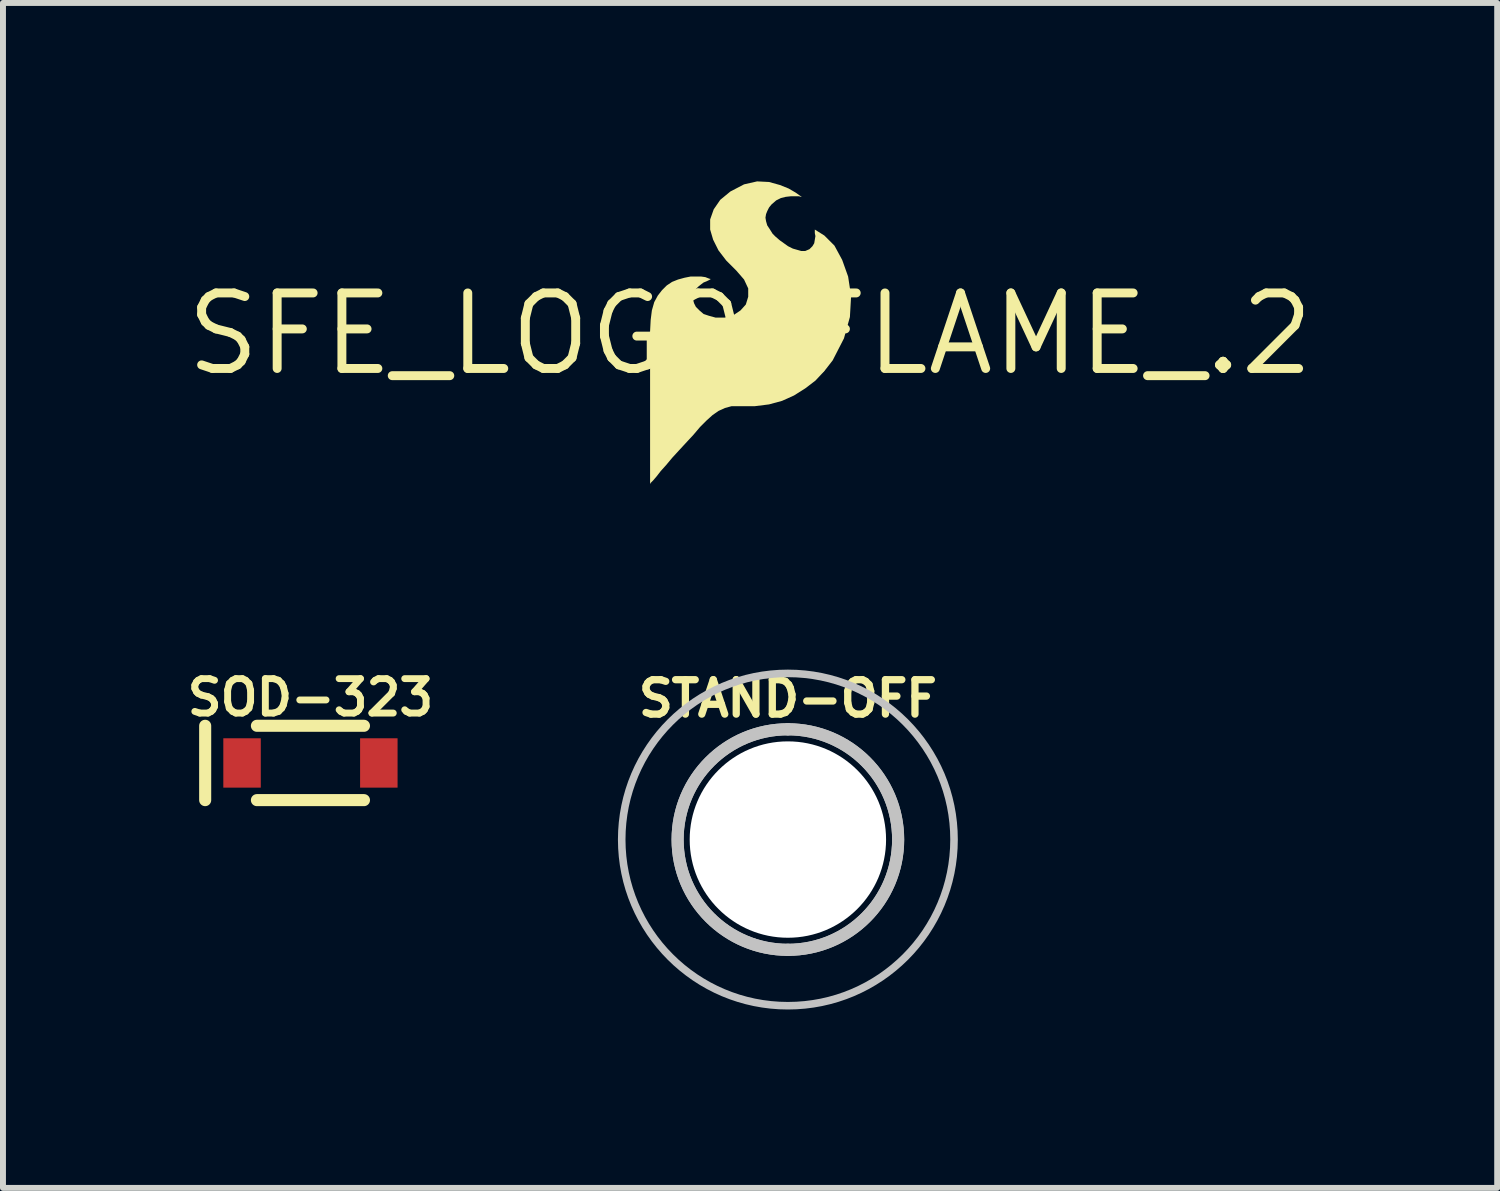
<source format=kicad_pcb>
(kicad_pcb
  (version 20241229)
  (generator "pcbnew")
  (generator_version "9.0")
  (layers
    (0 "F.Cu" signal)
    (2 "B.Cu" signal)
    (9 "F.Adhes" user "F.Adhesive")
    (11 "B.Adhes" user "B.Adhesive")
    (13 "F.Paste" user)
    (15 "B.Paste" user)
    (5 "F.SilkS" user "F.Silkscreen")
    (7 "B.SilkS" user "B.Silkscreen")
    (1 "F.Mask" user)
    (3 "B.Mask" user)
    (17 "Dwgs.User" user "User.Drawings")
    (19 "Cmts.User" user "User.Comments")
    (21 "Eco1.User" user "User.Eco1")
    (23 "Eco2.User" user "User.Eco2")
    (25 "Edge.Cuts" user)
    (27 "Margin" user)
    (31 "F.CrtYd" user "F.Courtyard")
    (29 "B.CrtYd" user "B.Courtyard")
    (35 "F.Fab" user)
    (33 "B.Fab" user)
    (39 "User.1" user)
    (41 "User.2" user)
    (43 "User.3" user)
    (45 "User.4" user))
  (footprint "SFE_LOGO_FLAME_.2"
    (layer "F.Cu")
    (at 9.563 2.566)
    (property "Reference" "SFE_LOGO_FLAME_.2" (at 0 0 0) (layer "F.SilkS") (effects (font (size 1.27 1.27) (thickness 0.15))))
    (attr through_hole)
    (fp_poly (pts (xy 1.088 -1.756) (xy 1.088 -1.696) (xy 1.098 -1.646) (xy 1.078 -1.526) (xy 1.048 -1.476) (xy 0.998 -1.426) (xy 0.928 -1.396) (xy 0.858 -1.396) (xy 0.718 -1.436) (xy 0.638 -1.476) (xy 0.498 -1.576) (xy 0.428 -1.636) (xy 0.378 -1.686) (xy 0.328 -1.766) (xy 0.288 -1.826) (xy 0.268 -1.896) (xy 0.258 -1.956) (xy 0.268 -2.016) (xy 0.288 -2.066) (xy 0.318 -2.126) (xy 0.358 -2.176) (xy 0.438 -2.246) (xy 0.518 -2.286) (xy 0.598 -2.306) (xy 0.688 -2.316) (xy 0.818 -2.316) (xy 0.858 -2.306) (xy 0.868 -2.306) (xy 0.838 -2.326) (xy 0.768 -2.376) (xy 0.648 -2.446) (xy 0.498 -2.506) (xy 0.318 -2.556) (xy 0.118 -2.566) (xy -0.102 -2.516) (xy -0.332 -2.396) (xy -0.502 -2.256) (xy -0.612 -2.096) (xy -0.672 -1.926) (xy -0.672 -1.756) (xy -0.622 -1.586) (xy -0.532 -1.406) (xy -0.402 -1.236) (xy -0.232 -1.066) (xy -0.102 -0.916) (xy -0.032 -0.766) (xy -0.032 -0.626) (xy -0.072 -0.496) (xy -0.162 -0.396) (xy -0.282 -0.316) (xy -0.422 -0.276) (xy -0.582 -0.276) (xy -0.692 -0.306) (xy -0.782 -0.336) (xy -0.852 -0.396) (xy -0.912 -0.456) (xy -0.942 -0.516) (xy -0.962 -0.586) (xy -0.962 -0.656) (xy -0.942 -0.716) (xy -0.912 -0.756) (xy -0.872 -0.796) (xy -0.822 -0.836) (xy -0.782 -0.866) (xy -0.732 -0.886) (xy -0.672 -0.916) (xy -0.662 -0.926) (xy -0.672 -0.926) (xy -0.702 -0.936) (xy -0.752 -0.956) (xy -0.822 -0.966) (xy -1.002 -0.966) (xy -1.102 -0.946) (xy -1.212 -0.916) (xy -1.312 -0.876) (xy -1.402 -0.816) (xy -1.482 -0.736) (xy -1.552 -0.646) (xy -1.612 -0.536) (xy -1.652 -0.396) (xy -1.672 -0.236) (xy -1.682 -0.046) (xy -1.682 2.524) (xy -1.672 2.504) (xy -1.632 2.464) (xy -1.572 2.394) (xy -1.502 2.304) (xy -1.412 2.204) (xy -1.312 2.084) (xy -1.202 1.964) (xy -1.082 1.834) (xy -0.952 1.694) (xy -0.842 1.564) (xy -0.732 1.454) (xy -0.632 1.364) (xy -0.532 1.294) (xy -0.422 1.244) (xy -0.312 1.214) (xy 0.078 1.214) (xy 0.318 1.184) (xy 0.538 1.124) (xy 0.738 1.034) (xy 0.928 0.914) (xy 1.098 0.784) (xy 1.248 0.624) (xy 1.388 0.444) (xy 1.578 0.074) (xy 1.678 -0.286) (xy 1.698 -0.636) (xy 1.648 -0.966) (xy 1.548 -1.246) (xy 1.418 -1.486) (xy 1.248 -1.656)) (stroke (width 0) (type solid)) (fill yes) (layer "F.SilkS")))
  (footprint "SOD-323"
    (layer "F.Cu")
    (at 2.17 9.779)
    (property "Reference" "SOD-323" (at 0 -0.762 0) (layer "F.SilkS") (effects (font (size 0.579 0.579) (thickness 0.116)) (justify bottom)))
    (attr through_hole)
    (fp_line (start -1.77 -0.625) (end -1.77 0.625) (stroke (width 0.203) (type solid)) (layer "F.SilkS"))
    (fp_line (start -0.9 -0.625) (end 0.9 -0.625) (stroke (width 0.203) (type solid)) (layer "F.SilkS"))
    (fp_line (start -0.9 0.625) (end 0.9 0.625) (stroke (width 0.203) (type solid)) (layer "F.SilkS"))
    (pad "A" smd rect (at 1.15 0) (size 0.63 0.83) (layers "F.Cu" "F.Mask" "F.Paste"))
    (pad "C" smd rect (at -1.15 0) (size 0.63 0.83) (layers "F.Cu" "F.Mask" "F.Paste")))
  (footprint "STAND-OFF"
    (layer "F.Cu")
    (at 10.198 11.067)
    (property "Reference" "STAND-OFF" (at 0 -2.032 0) (layer "F.SilkS") (effects (font (size 0.579 0.579) (thickness 0.122)) (justify bottom)))
    (attr through_hole)
    (fp_arc (start 0 -1.8542) (mid 1.8542 0) (end 0 1.8542) (stroke (width 0.2032) (type solid)) (layer "Dwgs.User"))
    (fp_arc (start 0 -1.8542) (mid 1.8542 0) (end 0 1.8542) (stroke (width 0.2032) (type solid)) (layer "Dwgs.User"))
    (fp_arc (start 0 1.8542) (mid -1.8542 0) (end 0 -1.8542) (stroke (width 0.2032) (type solid)) (layer "Dwgs.User"))
    (fp_arc (start 0 1.8542) (mid -1.8542 0) (end 0 -1.8542) (stroke (width 0.2032) (type solid)) (layer "Dwgs.User"))
    (fp_circle (center 0 0) (end 2.794 0) (stroke (width 0.127) (type solid)) (fill no) (layer "Dwgs.User"))
    (pad "" np_thru_hole circle (at 0 0) (size 3.302 3.302) (drill 3.302) (layers "*.Cu" "*.Mask")))
  (gr_rect
    (start -3 -3)
    (end 22.125 16.924)
    (stroke (width 0.1) (type default))
    (fill no)
    (layer "Edge.Cuts")))
</source>
